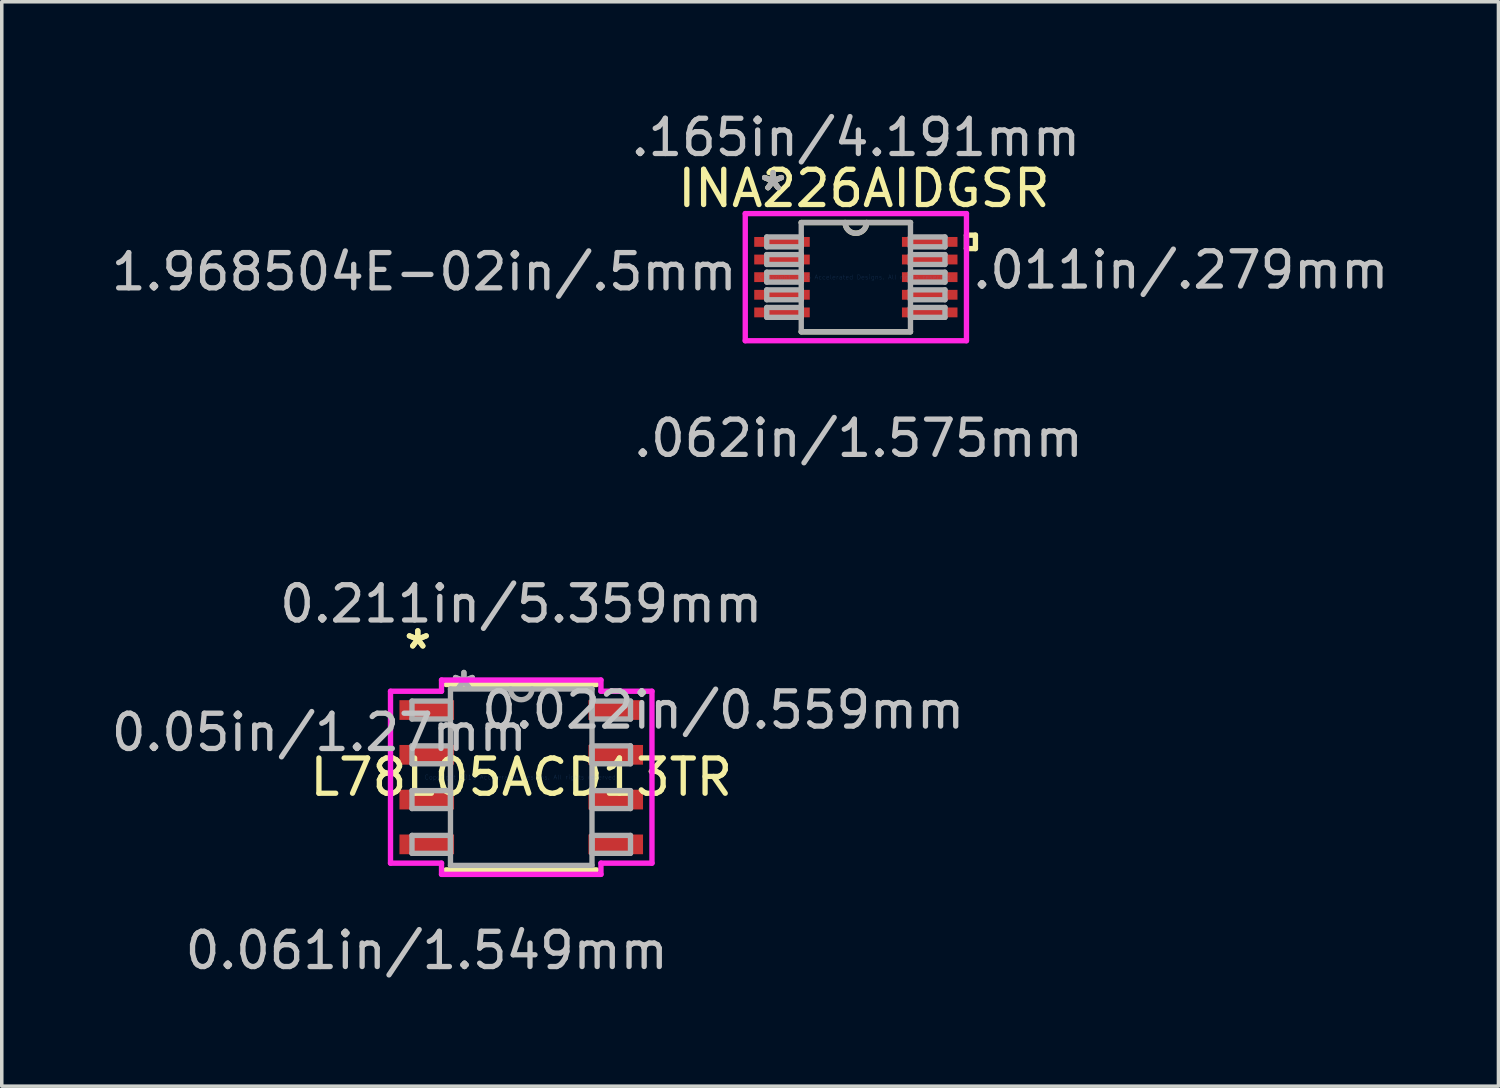
<source format=kicad_pcb>
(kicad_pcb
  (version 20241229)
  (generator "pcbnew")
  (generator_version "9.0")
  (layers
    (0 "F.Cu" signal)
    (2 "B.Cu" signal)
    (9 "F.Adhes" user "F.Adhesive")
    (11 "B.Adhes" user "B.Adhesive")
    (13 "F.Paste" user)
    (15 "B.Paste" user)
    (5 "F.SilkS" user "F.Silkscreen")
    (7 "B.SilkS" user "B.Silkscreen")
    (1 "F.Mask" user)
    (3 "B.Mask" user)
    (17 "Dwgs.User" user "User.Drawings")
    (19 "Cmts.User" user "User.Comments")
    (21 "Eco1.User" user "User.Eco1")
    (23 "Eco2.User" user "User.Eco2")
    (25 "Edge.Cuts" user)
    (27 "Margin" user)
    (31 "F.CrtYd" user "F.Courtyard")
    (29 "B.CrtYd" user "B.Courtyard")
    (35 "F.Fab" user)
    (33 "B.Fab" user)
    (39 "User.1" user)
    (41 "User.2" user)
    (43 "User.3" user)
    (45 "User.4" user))
  (footprint "INA226AIDGSR"
    (layer "F.Cu")
    (at 21.225 4.811)
    (property "Reference" "INA226AIDGSR" (at 0.229 -2.515 0) (layer "F.SilkS") (effects (font (size 1 1) (thickness 0.15))))
    (attr through_hole)
    (fp_line (start -1.549 1.549) (end 1.549 1.549) (stroke (width 0.152) (type solid)) (layer "F.SilkS"))
    (fp_line (start 1.549 -1.549) (end -1.549 -1.549) (stroke (width 0.152) (type solid)) (layer "F.SilkS"))
    (fp_line (start 3.137 -1.191) (end 3.391 -1.191) (stroke (width 0.152) (type solid)) (layer "F.SilkS"))
    (fp_line (start 3.137 -0.81) (end 3.137 -1.191) (stroke (width 0.152) (type solid)) (layer "F.SilkS"))
    (fp_line (start 3.391 -1.191) (end 3.391 -0.81) (stroke (width 0.152) (type solid)) (layer "F.SilkS"))
    (fp_line (start 3.391 -0.81) (end 3.137 -0.81) (stroke (width 0.152) (type solid)) (layer "F.SilkS"))
    (fp_arc (start 0.3048 -1.5494) (mid 0 -1.2446) (end -0.3048 -1.5494) (stroke (width 0.1524) (type solid)) (layer "F.SilkS"))
    (fp_line (start -3.137 -1.803) (end 3.137 -1.803) (stroke (width 0.152) (type solid)) (layer "F.CrtYd"))
    (fp_line (start -3.137 1.803) (end -3.137 -1.803) (stroke (width 0.152) (type solid)) (layer "F.CrtYd"))
    (fp_line (start 3.137 -1.803) (end 3.137 1.803) (stroke (width 0.152) (type solid)) (layer "F.CrtYd"))
    (fp_line (start 3.137 1.803) (end -3.137 1.803) (stroke (width 0.152) (type solid)) (layer "F.CrtYd"))
    (fp_line (start -2.527 -1.14) (end -2.527 -0.86) (stroke (width 0.152) (type solid)) (layer "F.Fab"))
    (fp_line (start -2.527 -0.86) (end -1.549 -0.86) (stroke (width 0.152) (type solid)) (layer "F.Fab"))
    (fp_line (start -2.527 -0.64) (end -2.527 -0.36) (stroke (width 0.152) (type solid)) (layer "F.Fab"))
    (fp_line (start -2.527 -0.36) (end -1.549 -0.36) (stroke (width 0.152) (type solid)) (layer "F.Fab"))
    (fp_line (start -2.527 -0.14) (end -2.527 0.14) (stroke (width 0.152) (type solid)) (layer "F.Fab"))
    (fp_line (start -2.527 0.14) (end -1.549 0.14) (stroke (width 0.152) (type solid)) (layer "F.Fab"))
    (fp_line (start -2.527 0.36) (end -2.527 0.64) (stroke (width 0.152) (type solid)) (layer "F.Fab"))
    (fp_line (start -2.527 0.64) (end -1.549 0.64) (stroke (width 0.152) (type solid)) (layer "F.Fab"))
    (fp_line (start -2.527 0.86) (end -2.527 1.14) (stroke (width 0.152) (type solid)) (layer "F.Fab"))
    (fp_line (start -2.527 1.14) (end -1.549 1.14) (stroke (width 0.152) (type solid)) (layer "F.Fab"))
    (fp_line (start -1.549 -1.549) (end -1.549 1.549) (stroke (width 0.152) (type solid)) (layer "F.Fab"))
    (fp_line (start -1.549 -1.14) (end -2.527 -1.14) (stroke (width 0.152) (type solid)) (layer "F.Fab"))
    (fp_line (start -1.549 -0.86) (end -1.549 -1.14) (stroke (width 0.152) (type solid)) (layer "F.Fab"))
    (fp_line (start -1.549 -0.64) (end -2.527 -0.64) (stroke (width 0.152) (type solid)) (layer "F.Fab"))
    (fp_line (start -1.549 -0.36) (end -1.549 -0.64) (stroke (width 0.152) (type solid)) (layer "F.Fab"))
    (fp_line (start -1.549 -0.14) (end -2.527 -0.14) (stroke (width 0.152) (type solid)) (layer "F.Fab"))
    (fp_line (start -1.549 0.14) (end -1.549 -0.14) (stroke (width 0.152) (type solid)) (layer "F.Fab"))
    (fp_line (start -1.549 0.36) (end -2.527 0.36) (stroke (width 0.152) (type solid)) (layer "F.Fab"))
    (fp_line (start -1.549 0.64) (end -1.549 0.36) (stroke (width 0.152) (type solid)) (layer "F.Fab"))
    (fp_line (start -1.549 0.86) (end -2.527 0.86) (stroke (width 0.152) (type solid)) (layer "F.Fab"))
    (fp_line (start -1.549 1.14) (end -1.549 0.86) (stroke (width 0.152) (type solid)) (layer "F.Fab"))
    (fp_line (start -1.549 1.549) (end 1.549 1.549) (stroke (width 0.152) (type solid)) (layer "F.Fab"))
    (fp_line (start 1.549 -1.549) (end -1.549 -1.549) (stroke (width 0.152) (type solid)) (layer "F.Fab"))
    (fp_line (start 1.549 -1.14) (end 1.549 -0.86) (stroke (width 0.152) (type solid)) (layer "F.Fab"))
    (fp_line (start 1.549 -0.86) (end 2.527 -0.86) (stroke (width 0.152) (type solid)) (layer "F.Fab"))
    (fp_line (start 1.549 -0.64) (end 1.549 -0.36) (stroke (width 0.152) (type solid)) (layer "F.Fab"))
    (fp_line (start 1.549 -0.36) (end 2.527 -0.36) (stroke (width 0.152) (type solid)) (layer "F.Fab"))
    (fp_line (start 1.549 -0.14) (end 1.549 0.14) (stroke (width 0.152) (type solid)) (layer "F.Fab"))
    (fp_line (start 1.549 0.14) (end 2.527 0.14) (stroke (width 0.152) (type solid)) (layer "F.Fab"))
    (fp_line (start 1.549 0.36) (end 1.549 0.64) (stroke (width 0.152) (type solid)) (layer "F.Fab"))
    (fp_line (start 1.549 0.64) (end 2.527 0.64) (stroke (width 0.152) (type solid)) (layer "F.Fab"))
    (fp_line (start 1.549 0.86) (end 1.549 1.14) (stroke (width 0.152) (type solid)) (layer "F.Fab"))
    (fp_line (start 1.549 1.14) (end 2.527 1.14) (stroke (width 0.152) (type solid)) (layer "F.Fab"))
    (fp_line (start 1.549 1.549) (end 1.549 -1.549) (stroke (width 0.152) (type solid)) (layer "F.Fab"))
    (fp_line (start 2.527 -1.14) (end 1.549 -1.14) (stroke (width 0.152) (type solid)) (layer "F.Fab"))
    (fp_line (start 2.527 -0.86) (end 2.527 -1.14) (stroke (width 0.152) (type solid)) (layer "F.Fab"))
    (fp_line (start 2.527 -0.64) (end 1.549 -0.64) (stroke (width 0.152) (type solid)) (layer "F.Fab"))
    (fp_line (start 2.527 -0.36) (end 2.527 -0.64) (stroke (width 0.152) (type solid)) (layer "F.Fab"))
    (fp_line (start 2.527 -0.14) (end 1.549 -0.14) (stroke (width 0.152) (type solid)) (layer "F.Fab"))
    (fp_line (start 2.527 0.14) (end 2.527 -0.14) (stroke (width 0.152) (type solid)) (layer "F.Fab"))
    (fp_line (start 2.527 0.36) (end 1.549 0.36) (stroke (width 0.152) (type solid)) (layer "F.Fab"))
    (fp_line (start 2.527 0.64) (end 2.527 0.36) (stroke (width 0.152) (type solid)) (layer "F.Fab"))
    (fp_line (start 2.527 0.86) (end 1.549 0.86) (stroke (width 0.152) (type solid)) (layer "F.Fab"))
    (fp_line (start 2.527 1.14) (end 2.527 0.86) (stroke (width 0.152) (type solid)) (layer "F.Fab"))
    (fp_arc (start 0.3048 -1.5494) (mid 0 -1.2446) (end -0.3048 -1.5494) (stroke (width 0.1524) (type solid)) (layer "F.Fab"))
    (fp_text user "*" (at -2.349 -2.422 0) (layer "F.SilkS") (effects (font (size 1 1) (thickness 0.15))))
    (fp_text user "*" (at -2.349 -2.422 0) (layer "F.SilkS") (effects (font (size 1 1) (thickness 0.15))))
    (fp_text user ".062in/1.575mm" (at 0.076 4.572 0) (layer "Dwgs.User") (effects (font (size 1 1) (thickness 0.15))))
    (fp_text user "1.968504E-02in/.5mm" (at -12.243 -0.152 0) (layer "Dwgs.User") (effects (font (size 1 1) (thickness 0.15))))
    (fp_text user ".011in/.279mm" (at 9.22 -0.203 0) (layer "Dwgs.User") (effects (font (size 1 1) (thickness 0.15))))
    (fp_text user ".165in/4.191mm" (at 0 -3.962 0) (layer "Dwgs.User") (effects (font (size 1 1) (thickness 0.15))))
    (fp_text user "Copyright 2016 Accelerated Designs. All rights reserved." (at 0 0 0) (layer "Cmts.User") (effects (font (size 0.127 0.127) (thickness 0.002))))
    (fp_text user "*" (at -2.349 -2.422 0) (layer "F.Fab") (effects (font (size 1 1) (thickness 0.15))))
    (fp_text user "*" (at -2.349 -2.422 0) (layer "F.Fab") (effects (font (size 1 1) (thickness 0.15))))
    (pad "1" smd rect (at -2.095 -1) (size 1.575 0.279) (layers "F.Cu" "F.Mask" "F.Paste"))
    (pad "2" smd rect (at -2.095 -0.5) (size 1.575 0.279) (layers "F.Cu" "F.Mask" "F.Paste"))
    (pad "3" smd rect (at -2.095 0) (size 1.575 0.279) (layers "F.Cu" "F.Mask" "F.Paste"))
    (pad "4" smd rect (at -2.095 0.5) (size 1.575 0.279) (layers "F.Cu" "F.Mask" "F.Paste"))
    (pad "5" smd rect (at -2.095 1) (size 1.575 0.279) (layers "F.Cu" "F.Mask" "F.Paste"))
    (pad "6" smd rect (at 2.095 1) (size 1.575 0.279) (layers "F.Cu" "F.Mask" "F.Paste"))
    (pad "7" smd rect (at 2.095 0.5) (size 1.575 0.279) (layers "F.Cu" "F.Mask" "F.Paste"))
    (pad "8" smd rect (at 2.095 0) (size 1.575 0.279) (layers "F.Cu" "F.Mask" "F.Paste"))
    (pad "9" smd rect (at 2.095 -0.5) (size 1.575 0.279) (layers "F.Cu" "F.Mask" "F.Paste"))
    (pad "10" smd rect (at 2.095 -1) (size 1.575 0.279) (layers "F.Cu" "F.Mask" "F.Paste")))
  (footprint "L78L05ACD13TR"
    (layer "F.Cu")
    (at 11.734 18.994)
    (property "Reference" "L78L05ACD13TR" (at 0 0 0) (layer "F.SilkS") (effects (font (size 1 1) (thickness 0.15))))
    (attr through_hole)
    (fp_line (start -2.134 2.629) (end 2.134 2.629) (stroke (width 0.152) (type solid)) (layer "F.SilkS"))
    (fp_line (start 2.134 -2.629) (end -2.134 -2.629) (stroke (width 0.152) (type solid)) (layer "F.SilkS"))
    (fp_line (start -3.708 -2.438) (end -2.261 -2.438) (stroke (width 0.152) (type solid)) (layer "F.CrtYd"))
    (fp_line (start -3.708 2.438) (end -3.708 -2.438) (stroke (width 0.152) (type solid)) (layer "F.CrtYd"))
    (fp_line (start -2.261 -2.756) (end 2.261 -2.756) (stroke (width 0.152) (type solid)) (layer "F.CrtYd"))
    (fp_line (start -2.261 -2.438) (end -2.261 -2.756) (stroke (width 0.152) (type solid)) (layer "F.CrtYd"))
    (fp_line (start -2.261 2.438) (end -3.708 2.438) (stroke (width 0.152) (type solid)) (layer "F.CrtYd"))
    (fp_line (start -2.261 2.756) (end -2.261 2.438) (stroke (width 0.152) (type solid)) (layer "F.CrtYd"))
    (fp_line (start 2.261 -2.756) (end 2.261 -2.438) (stroke (width 0.152) (type solid)) (layer "F.CrtYd"))
    (fp_line (start 2.261 -2.438) (end 3.708 -2.438) (stroke (width 0.152) (type solid)) (layer "F.CrtYd"))
    (fp_line (start 2.261 2.438) (end 2.261 2.756) (stroke (width 0.152) (type solid)) (layer "F.CrtYd"))
    (fp_line (start 2.261 2.756) (end -2.261 2.756) (stroke (width 0.152) (type solid)) (layer "F.CrtYd"))
    (fp_line (start 3.708 -2.438) (end 3.708 2.438) (stroke (width 0.152) (type solid)) (layer "F.CrtYd"))
    (fp_line (start 3.708 2.438) (end 2.261 2.438) (stroke (width 0.152) (type solid)) (layer "F.CrtYd"))
    (fp_line (start -3.099 -2.159) (end -3.099 -1.651) (stroke (width 0.152) (type solid)) (layer "F.Fab"))
    (fp_line (start -3.099 -1.651) (end -2.007 -1.651) (stroke (width 0.152) (type solid)) (layer "F.Fab"))
    (fp_line (start -3.099 -0.889) (end -3.099 -0.381) (stroke (width 0.152) (type solid)) (layer "F.Fab"))
    (fp_line (start -3.099 -0.381) (end -2.007 -0.381) (stroke (width 0.152) (type solid)) (layer "F.Fab"))
    (fp_line (start -3.099 0.381) (end -3.099 0.889) (stroke (width 0.152) (type solid)) (layer "F.Fab"))
    (fp_line (start -3.099 0.889) (end -2.007 0.889) (stroke (width 0.152) (type solid)) (layer "F.Fab"))
    (fp_line (start -3.099 1.651) (end -3.099 2.159) (stroke (width 0.152) (type solid)) (layer "F.Fab"))
    (fp_line (start -3.099 2.159) (end -2.007 2.159) (stroke (width 0.152) (type solid)) (layer "F.Fab"))
    (fp_line (start -2.007 -2.502) (end -2.007 2.502) (stroke (width 0.152) (type solid)) (layer "F.Fab"))
    (fp_line (start -2.007 -2.159) (end -3.099 -2.159) (stroke (width 0.152) (type solid)) (layer "F.Fab"))
    (fp_line (start -2.007 -1.651) (end -2.007 -2.159) (stroke (width 0.152) (type solid)) (layer "F.Fab"))
    (fp_line (start -2.007 -0.889) (end -3.099 -0.889) (stroke (width 0.152) (type solid)) (layer "F.Fab"))
    (fp_line (start -2.007 -0.381) (end -2.007 -0.889) (stroke (width 0.152) (type solid)) (layer "F.Fab"))
    (fp_line (start -2.007 0.381) (end -3.099 0.381) (stroke (width 0.152) (type solid)) (layer "F.Fab"))
    (fp_line (start -2.007 0.889) (end -2.007 0.381) (stroke (width 0.152) (type solid)) (layer "F.Fab"))
    (fp_line (start -2.007 1.651) (end -3.099 1.651) (stroke (width 0.152) (type solid)) (layer "F.Fab"))
    (fp_line (start -2.007 2.159) (end -2.007 1.651) (stroke (width 0.152) (type solid)) (layer "F.Fab"))
    (fp_line (start -2.007 2.502) (end 2.007 2.502) (stroke (width 0.152) (type solid)) (layer "F.Fab"))
    (fp_line (start 2.007 -2.502) (end -2.007 -2.502) (stroke (width 0.152) (type solid)) (layer "F.Fab"))
    (fp_line (start 2.007 -2.159) (end 2.007 -1.651) (stroke (width 0.152) (type solid)) (layer "F.Fab"))
    (fp_line (start 2.007 -1.651) (end 3.099 -1.651) (stroke (width 0.152) (type solid)) (layer "F.Fab"))
    (fp_line (start 2.007 -0.889) (end 2.007 -0.381) (stroke (width 0.152) (type solid)) (layer "F.Fab"))
    (fp_line (start 2.007 -0.381) (end 3.099 -0.381) (stroke (width 0.152) (type solid)) (layer "F.Fab"))
    (fp_line (start 2.007 0.381) (end 2.007 0.889) (stroke (width 0.152) (type solid)) (layer "F.Fab"))
    (fp_line (start 2.007 0.889) (end 3.099 0.889) (stroke (width 0.152) (type solid)) (layer "F.Fab"))
    (fp_line (start 2.007 1.651) (end 2.007 2.159) (stroke (width 0.152) (type solid)) (layer "F.Fab"))
    (fp_line (start 2.007 2.159) (end 3.099 2.159) (stroke (width 0.152) (type solid)) (layer "F.Fab"))
    (fp_line (start 2.007 2.502) (end 2.007 -2.502) (stroke (width 0.152) (type solid)) (layer "F.Fab"))
    (fp_line (start 3.099 -2.159) (end 2.007 -2.159) (stroke (width 0.152) (type solid)) (layer "F.Fab"))
    (fp_line (start 3.099 -1.651) (end 3.099 -2.159) (stroke (width 0.152) (type solid)) (layer "F.Fab"))
    (fp_line (start 3.099 -0.889) (end 2.007 -0.889) (stroke (width 0.152) (type solid)) (layer "F.Fab"))
    (fp_line (start 3.099 -0.381) (end 3.099 -0.889) (stroke (width 0.152) (type solid)) (layer "F.Fab"))
    (fp_line (start 3.099 0.381) (end 2.007 0.381) (stroke (width 0.152) (type solid)) (layer "F.Fab"))
    (fp_line (start 3.099 0.889) (end 3.099 0.381) (stroke (width 0.152) (type solid)) (layer "F.Fab"))
    (fp_line (start 3.099 1.651) (end 2.007 1.651) (stroke (width 0.152) (type solid)) (layer "F.Fab"))
    (fp_line (start 3.099 2.159) (end 3.099 1.651) (stroke (width 0.152) (type solid)) (layer "F.Fab"))
    (fp_arc (start 0.3048 -2.5019) (mid 0 -2.1971) (end -0.3048 -2.5019) (stroke (width 0.1524) (type solid)) (layer "F.Fab"))
    (fp_text user "*" (at -2.934 -3.607 0) (layer "F.SilkS") (effects (font (size 1 1) (thickness 0.15))))
    (fp_text user "*" (at -2.934 -3.607 0) (layer "F.SilkS") (effects (font (size 1 1) (thickness 0.15))))
    (fp_text user "0.022in/0.559mm" (at 5.728 -1.905 0) (layer "Dwgs.User") (effects (font (size 1 1) (thickness 0.15))))
    (fp_text user "0.05in/1.27mm" (at -5.728 -1.27 0) (layer "Dwgs.User") (effects (font (size 1 1) (thickness 0.15))))
    (fp_text user "0.211in/5.359mm" (at 0 -4.915 0) (layer "Dwgs.User") (effects (font (size 1 1) (thickness 0.15))))
    (fp_text user "0.061in/1.549mm" (at -2.68 4.915 0) (layer "Dwgs.User") (effects (font (size 1 1) (thickness 0.15))))
    (fp_text user "Copyright 2016 Accelerated Designs. All rights reserved." (at 0 0 0) (layer "Cmts.User") (effects (font (size 0.127 0.127) (thickness 0.002))))
    (fp_text user "*" (at -1.626 -2.426 0) (layer "F.Fab") (effects (font (size 1 1) (thickness 0.15))))
    (fp_text user "*" (at -1.626 -2.426 0) (layer "F.Fab") (effects (font (size 1 1) (thickness 0.15))))
    (pad "1" smd rect (at -2.68 -1.905) (size 1.549 0.559) (layers "F.Cu" "F.Mask" "F.Paste"))
    (pad "2" smd rect (at -2.68 -0.635) (size 1.549 0.559) (layers "F.Cu" "F.Mask" "F.Paste"))
    (pad "3" smd rect (at -2.68 0.635) (size 1.549 0.559) (layers "F.Cu" "F.Mask" "F.Paste"))
    (pad "4" smd rect (at -2.68 1.905) (size 1.549 0.559) (layers "F.Cu" "F.Mask" "F.Paste"))
    (pad "5" smd rect (at 2.68 1.905) (size 1.549 0.559) (layers "F.Cu" "F.Mask" "F.Paste"))
    (pad "6" smd rect (at 2.68 0.635) (size 1.549 0.559) (layers "F.Cu" "F.Mask" "F.Paste"))
    (pad "7" smd rect (at 2.68 -0.635) (size 1.549 0.559) (layers "F.Cu" "F.Mask" "F.Paste"))
    (pad "8" smd rect (at 2.68 -1.905) (size 1.549 0.559) (layers "F.Cu" "F.Mask" "F.Paste")))
  (gr_rect
    (start -3 -3)
    (end 39.451 27.757)
    (stroke (width 0.1) (type default))
    (fill no)
    (layer "Edge.Cuts")))
</source>
